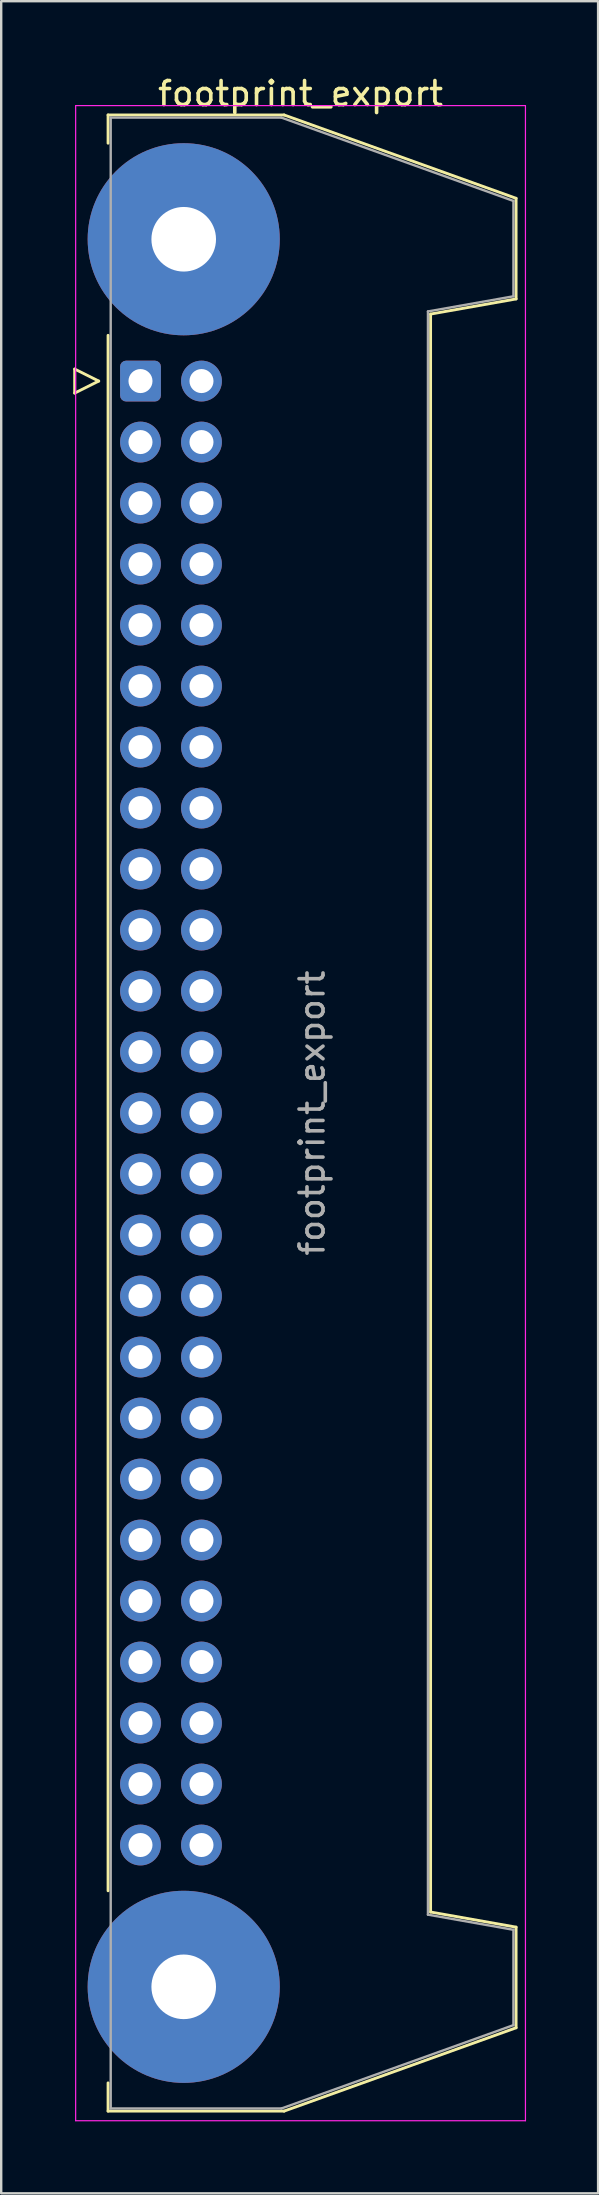
<source format=kicad_pcb>
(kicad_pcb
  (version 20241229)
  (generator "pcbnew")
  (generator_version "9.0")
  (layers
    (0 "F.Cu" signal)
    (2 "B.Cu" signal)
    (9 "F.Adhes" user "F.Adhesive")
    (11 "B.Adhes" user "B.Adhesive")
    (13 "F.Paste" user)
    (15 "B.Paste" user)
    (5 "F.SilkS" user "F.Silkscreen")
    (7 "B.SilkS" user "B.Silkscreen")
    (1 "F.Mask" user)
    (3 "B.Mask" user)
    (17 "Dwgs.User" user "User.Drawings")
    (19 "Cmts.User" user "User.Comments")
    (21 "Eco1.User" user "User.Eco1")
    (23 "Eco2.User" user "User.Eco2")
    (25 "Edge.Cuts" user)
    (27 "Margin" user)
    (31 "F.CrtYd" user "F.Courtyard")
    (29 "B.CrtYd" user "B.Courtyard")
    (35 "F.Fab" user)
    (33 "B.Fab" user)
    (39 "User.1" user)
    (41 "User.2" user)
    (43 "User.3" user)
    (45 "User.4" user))
  (footprint "footprint_export"
    (layer "F.Cu")
    (at 2.8 12.818)
    (property "Reference" "footprint_export" (at 6.665 -11.97 0) (layer "F.SilkS") (effects (font (size 1 1) (thickness 0.15))))
    (attr through_hole)
    (fp_line (start -2.74 -0.5) (end -2.74 0.5) (stroke (width 0.12) (type solid)) (layer "F.SilkS"))
    (fp_line (start -2.74 0.5) (end -1.74 0) (stroke (width 0.12) (type solid)) (layer "F.SilkS"))
    (fp_line (start -1.74 0) (end -2.74 -0.5) (stroke (width 0.12) (type solid)) (layer "F.SilkS"))
    (fp_line (start -1.35 -11.08) (end -1.35 -9.905) (stroke (width 0.12) (type solid)) (layer "F.SilkS"))
    (fp_line (start -1.35 -11.08) (end 5.98 -11.08) (stroke (width 0.12) (type solid)) (layer "F.SilkS"))
    (fp_line (start -1.35 -1.905) (end -1.35 62.865) (stroke (width 0.12) (type solid)) (layer "F.SilkS"))
    (fp_line (start -1.35 70.865) (end -1.35 72.04) (stroke (width 0.12) (type solid)) (layer "F.SilkS"))
    (fp_line (start 5.98 -11.08) (end 15.64 -7.61) (stroke (width 0.12) (type solid)) (layer "F.SilkS"))
    (fp_line (start 5.98 72.04) (end -1.35 72.04) (stroke (width 0.12) (type solid)) (layer "F.SilkS"))
    (fp_line (start 12.08 -2.79) (end 12.08 63.75) (stroke (width 0.12) (type solid)) (layer "F.SilkS"))
    (fp_line (start 12.08 63.75) (end 15.64 64.38) (stroke (width 0.12) (type solid)) (layer "F.SilkS"))
    (fp_line (start 15.64 -7.61) (end 15.64 -3.42) (stroke (width 0.12) (type solid)) (layer "F.SilkS"))
    (fp_line (start 15.64 -3.42) (end 12.08 -2.79) (stroke (width 0.12) (type solid)) (layer "F.SilkS"))
    (fp_line (start 15.64 64.38) (end 15.64 68.57) (stroke (width 0.12) (type solid)) (layer "F.SilkS"))
    (fp_line (start 15.64 68.57) (end 5.98 72.04) (stroke (width 0.12) (type solid)) (layer "F.SilkS"))
    (fp_line (start -2.7 -11.47) (end -2.7 72.44) (stroke (width 0.05) (type solid)) (layer "F.CrtYd"))
    (fp_line (start -2.7 72.44) (end 16.03 72.44) (stroke (width 0.05) (type solid)) (layer "F.CrtYd"))
    (fp_line (start 16.03 -11.47) (end -2.7 -11.47) (stroke (width 0.05) (type solid)) (layer "F.CrtYd"))
    (fp_line (start 16.03 72.44) (end 16.03 -11.47) (stroke (width 0.05) (type solid)) (layer "F.CrtYd"))
    (fp_line (start -1.24 -10.97) (end 5.87 -10.97) (stroke (width 0.1) (type solid)) (layer "F.Fab"))
    (fp_line (start -1.24 71.93) (end -1.24 -10.97) (stroke (width 0.1) (type solid)) (layer "F.Fab"))
    (fp_line (start 5.87 -10.97) (end 15.53 -7.5) (stroke (width 0.1) (type solid)) (layer "F.Fab"))
    (fp_line (start 5.87 71.93) (end -1.24 71.93) (stroke (width 0.1) (type solid)) (layer "F.Fab"))
    (fp_line (start 11.97 -2.9) (end 11.97 63.86) (stroke (width 0.1) (type solid)) (layer "F.Fab"))
    (fp_line (start 11.97 63.86) (end 15.53 64.49) (stroke (width 0.1) (type solid)) (layer "F.Fab"))
    (fp_line (start 15.53 -7.5) (end 15.53 -3.53) (stroke (width 0.1) (type solid)) (layer "F.Fab"))
    (fp_line (start 15.53 -3.53) (end 11.97 -2.9) (stroke (width 0.1) (type solid)) (layer "F.Fab"))
    (fp_line (start 15.53 64.49) (end 15.53 68.46) (stroke (width 0.1) (type solid)) (layer "F.Fab"))
    (fp_line (start 15.53 68.46) (end 5.87 71.93) (stroke (width 0.1) (type solid)) (layer "F.Fab"))
    (fp_text user "${REFERENCE}" (at 7.145 30.48 90) (layer "F.Fab") (effects (font (size 1 1) (thickness 0.15))))
    (pad "1" thru_hole roundrect (at 0 0) (size 1.7 1.7) (drill 1) (layers "*.Cu" "*.Mask") (roundrect_rratio 0.147))
    (pad "2" thru_hole circle (at 2.54 0) (size 1.7 1.7) (drill 1) (layers "*.Cu" "*.Mask"))
    (pad "3" thru_hole circle (at 0 2.54) (size 1.7 1.7) (drill 1) (layers "*.Cu" "*.Mask"))
    (pad "4" thru_hole circle (at 2.54 2.54) (size 1.7 1.7) (drill 1) (layers "*.Cu" "*.Mask"))
    (pad "5" thru_hole circle (at 0 5.08) (size 1.7 1.7) (drill 1) (layers "*.Cu" "*.Mask"))
    (pad "6" thru_hole circle (at 2.54 5.08) (size 1.7 1.7) (drill 1) (layers "*.Cu" "*.Mask"))
    (pad "7" thru_hole circle (at 0 7.62) (size 1.7 1.7) (drill 1) (layers "*.Cu" "*.Mask"))
    (pad "8" thru_hole circle (at 2.54 7.62) (size 1.7 1.7) (drill 1) (layers "*.Cu" "*.Mask"))
    (pad "9" thru_hole circle (at 0 10.16) (size 1.7 1.7) (drill 1) (layers "*.Cu" "*.Mask"))
    (pad "10" thru_hole circle (at 2.54 10.16) (size 1.7 1.7) (drill 1) (layers "*.Cu" "*.Mask"))
    (pad "11" thru_hole circle (at 0 12.7) (size 1.7 1.7) (drill 1) (layers "*.Cu" "*.Mask"))
    (pad "12" thru_hole circle (at 2.54 12.7) (size 1.7 1.7) (drill 1) (layers "*.Cu" "*.Mask"))
    (pad "13" thru_hole circle (at 0 15.24) (size 1.7 1.7) (drill 1) (layers "*.Cu" "*.Mask"))
    (pad "14" thru_hole circle (at 2.54 15.24) (size 1.7 1.7) (drill 1) (layers "*.Cu" "*.Mask"))
    (pad "15" thru_hole circle (at 0 17.78) (size 1.7 1.7) (drill 1) (layers "*.Cu" "*.Mask"))
    (pad "16" thru_hole circle (at 2.54 17.78) (size 1.7 1.7) (drill 1) (layers "*.Cu" "*.Mask"))
    (pad "17" thru_hole circle (at 0 20.32) (size 1.7 1.7) (drill 1) (layers "*.Cu" "*.Mask"))
    (pad "18" thru_hole circle (at 2.54 20.32) (size 1.7 1.7) (drill 1) (layers "*.Cu" "*.Mask"))
    (pad "19" thru_hole circle (at 0 22.86) (size 1.7 1.7) (drill 1) (layers "*.Cu" "*.Mask"))
    (pad "20" thru_hole circle (at 2.54 22.86) (size 1.7 1.7) (drill 1) (layers "*.Cu" "*.Mask"))
    (pad "21" thru_hole circle (at 0 25.4) (size 1.7 1.7) (drill 1) (layers "*.Cu" "*.Mask"))
    (pad "22" thru_hole circle (at 2.54 25.4) (size 1.7 1.7) (drill 1) (layers "*.Cu" "*.Mask"))
    (pad "23" thru_hole circle (at 0 27.94) (size 1.7 1.7) (drill 1) (layers "*.Cu" "*.Mask"))
    (pad "24" thru_hole circle (at 2.54 27.94) (size 1.7 1.7) (drill 1) (layers "*.Cu" "*.Mask"))
    (pad "25" thru_hole circle (at 0 30.48) (size 1.7 1.7) (drill 1) (layers "*.Cu" "*.Mask"))
    (pad "26" thru_hole circle (at 2.54 30.48) (size 1.7 1.7) (drill 1) (layers "*.Cu" "*.Mask"))
    (pad "27" thru_hole circle (at 0 33.02) (size 1.7 1.7) (drill 1) (layers "*.Cu" "*.Mask"))
    (pad "28" thru_hole circle (at 2.54 33.02) (size 1.7 1.7) (drill 1) (layers "*.Cu" "*.Mask"))
    (pad "29" thru_hole circle (at 0 35.56) (size 1.7 1.7) (drill 1) (layers "*.Cu" "*.Mask"))
    (pad "30" thru_hole circle (at 2.54 35.56) (size 1.7 1.7) (drill 1) (layers "*.Cu" "*.Mask"))
    (pad "31" thru_hole circle (at 0 38.1) (size 1.7 1.7) (drill 1) (layers "*.Cu" "*.Mask"))
    (pad "32" thru_hole circle (at 2.54 38.1) (size 1.7 1.7) (drill 1) (layers "*.Cu" "*.Mask"))
    (pad "33" thru_hole circle (at 0 40.64) (size 1.7 1.7) (drill 1) (layers "*.Cu" "*.Mask"))
    (pad "34" thru_hole circle (at 2.54 40.64) (size 1.7 1.7) (drill 1) (layers "*.Cu" "*.Mask"))
    (pad "35" thru_hole circle (at 0 43.18) (size 1.7 1.7) (drill 1) (layers "*.Cu" "*.Mask"))
    (pad "36" thru_hole circle (at 2.54 43.18) (size 1.7 1.7) (drill 1) (layers "*.Cu" "*.Mask"))
    (pad "37" thru_hole circle (at 0 45.72) (size 1.7 1.7) (drill 1) (layers "*.Cu" "*.Mask"))
    (pad "38" thru_hole circle (at 2.54 45.72) (size 1.7 1.7) (drill 1) (layers "*.Cu" "*.Mask"))
    (pad "39" thru_hole circle (at 0 48.26) (size 1.7 1.7) (drill 1) (layers "*.Cu" "*.Mask"))
    (pad "40" thru_hole circle (at 2.54 48.26) (size 1.7 1.7) (drill 1) (layers "*.Cu" "*.Mask"))
    (pad "41" thru_hole circle (at 0 50.8) (size 1.7 1.7) (drill 1) (layers "*.Cu" "*.Mask"))
    (pad "42" thru_hole circle (at 2.54 50.8) (size 1.7 1.7) (drill 1) (layers "*.Cu" "*.Mask"))
    (pad "43" thru_hole circle (at 0 53.34) (size 1.7 1.7) (drill 1) (layers "*.Cu" "*.Mask"))
    (pad "44" thru_hole circle (at 2.54 53.34) (size 1.7 1.7) (drill 1) (layers "*.Cu" "*.Mask"))
    (pad "45" thru_hole circle (at 0 55.88) (size 1.7 1.7) (drill 1) (layers "*.Cu" "*.Mask"))
    (pad "46" thru_hole circle (at 2.54 55.88) (size 1.7 1.7) (drill 1) (layers "*.Cu" "*.Mask"))
    (pad "47" thru_hole circle (at 0 58.42) (size 1.7 1.7) (drill 1) (layers "*.Cu" "*.Mask"))
    (pad "48" thru_hole circle (at 2.54 58.42) (size 1.7 1.7) (drill 1) (layers "*.Cu" "*.Mask"))
    (pad "49" thru_hole circle (at 0 60.96) (size 1.7 1.7) (drill 1) (layers "*.Cu" "*.Mask"))
    (pad "50" thru_hole circle (at 2.54 60.96) (size 1.7 1.7) (drill 1) (layers "*.Cu" "*.Mask"))
    (pad "MP" thru_hole circle (at 1.8 -5.905) (size 8 8) (drill 2.69) (layers "*.Cu" "*.Mask"))
    (pad "MP" thru_hole circle (at 1.8 66.865) (size 8 8) (drill 2.69) (layers "*.Cu" "*.Mask")))
  (gr_rect
    (start -3 -3)
    (end 21.855 88.283)
    (stroke (width 0.1) (type default))
    (fill no)
    (layer "Edge.Cuts")))
</source>
